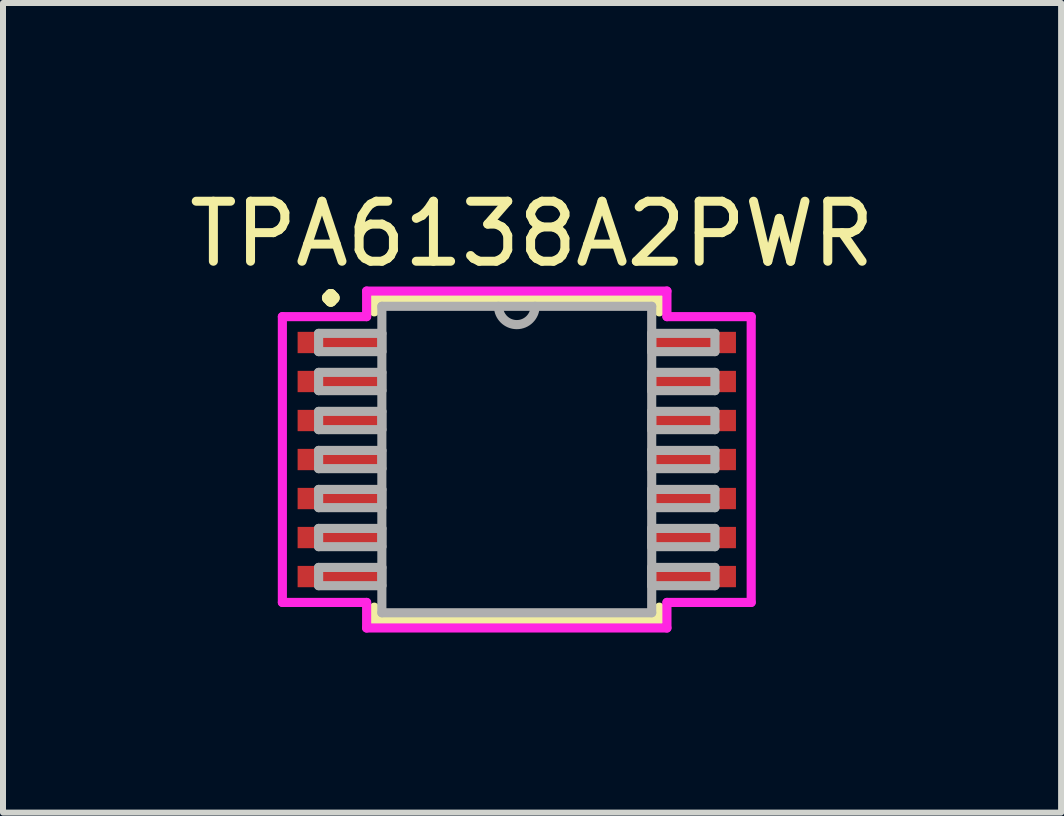
<source format=kicad_pcb>
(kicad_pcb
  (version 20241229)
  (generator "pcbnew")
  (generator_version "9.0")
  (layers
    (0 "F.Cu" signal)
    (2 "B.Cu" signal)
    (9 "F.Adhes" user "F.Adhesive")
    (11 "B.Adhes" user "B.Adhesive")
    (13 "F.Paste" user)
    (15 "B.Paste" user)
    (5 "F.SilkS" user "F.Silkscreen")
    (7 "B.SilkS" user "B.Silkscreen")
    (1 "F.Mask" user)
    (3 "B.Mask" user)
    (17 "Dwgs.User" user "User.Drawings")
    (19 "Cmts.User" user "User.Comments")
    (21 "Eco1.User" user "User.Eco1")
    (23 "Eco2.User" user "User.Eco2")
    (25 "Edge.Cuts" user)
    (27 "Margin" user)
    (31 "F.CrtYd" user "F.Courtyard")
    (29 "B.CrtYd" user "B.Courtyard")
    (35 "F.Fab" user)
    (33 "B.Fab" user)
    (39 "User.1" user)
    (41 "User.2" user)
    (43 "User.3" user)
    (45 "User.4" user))
  (footprint "TPA6138A2PWR"
    (layer "F.Cu")
    (at 5.561 4.607)
    (property "Reference" "TPA6138A2PWR" (at 0.254 -3.759 0) (layer "F.SilkS") (effects (font (size 1 1) (thickness 0.15))))
    (attr through_hole)
    (fp_line (start -2.375 -2.68) (end -2.375 -2.46) (stroke (width 0.152) (type solid)) (layer "F.SilkS"))
    (fp_line (start -2.375 2.46) (end -2.375 2.68) (stroke (width 0.152) (type solid)) (layer "F.SilkS"))
    (fp_line (start -2.375 2.68) (end 2.375 2.68) (stroke (width 0.152) (type solid)) (layer "F.SilkS"))
    (fp_line (start 2.375 -2.68) (end -2.375 -2.68) (stroke (width 0.152) (type solid)) (layer "F.SilkS"))
    (fp_line (start 2.375 -2.46) (end 2.375 -2.68) (stroke (width 0.152) (type solid)) (layer "F.SilkS"))
    (fp_line (start 2.375 2.68) (end 2.375 2.46) (stroke (width 0.152) (type solid)) (layer "F.SilkS"))
    (fp_line (start -3.906 -2.381) (end -2.502 -2.381) (stroke (width 0.152) (type solid)) (layer "F.CrtYd"))
    (fp_line (start -3.906 2.381) (end -3.906 -2.381) (stroke (width 0.152) (type solid)) (layer "F.CrtYd"))
    (fp_line (start -2.502 -2.807) (end 2.502 -2.807) (stroke (width 0.152) (type solid)) (layer "F.CrtYd"))
    (fp_line (start -2.502 -2.381) (end -2.502 -2.807) (stroke (width 0.152) (type solid)) (layer "F.CrtYd"))
    (fp_line (start -2.502 2.381) (end -3.906 2.381) (stroke (width 0.152) (type solid)) (layer "F.CrtYd"))
    (fp_line (start -2.502 2.807) (end -2.502 2.381) (stroke (width 0.152) (type solid)) (layer "F.CrtYd"))
    (fp_line (start 2.502 -2.807) (end 2.502 -2.381) (stroke (width 0.152) (type solid)) (layer "F.CrtYd"))
    (fp_line (start 2.502 -2.381) (end 3.906 -2.381) (stroke (width 0.152) (type solid)) (layer "F.CrtYd"))
    (fp_line (start 2.502 2.381) (end 2.502 2.807) (stroke (width 0.152) (type solid)) (layer "F.CrtYd"))
    (fp_line (start 2.502 2.807) (end -2.502 2.807) (stroke (width 0.152) (type solid)) (layer "F.CrtYd"))
    (fp_line (start 3.906 -2.381) (end 3.906 2.381) (stroke (width 0.152) (type solid)) (layer "F.CrtYd"))
    (fp_line (start 3.906 2.381) (end 2.502 2.381) (stroke (width 0.152) (type solid)) (layer "F.CrtYd"))
    (fp_line (start -3.302 -2.102) (end -3.302 -1.798) (stroke (width 0.152) (type solid)) (layer "F.Fab"))
    (fp_line (start -3.302 -1.798) (end -2.248 -1.798) (stroke (width 0.152) (type solid)) (layer "F.Fab"))
    (fp_line (start -3.302 -1.452) (end -3.302 -1.148) (stroke (width 0.152) (type solid)) (layer "F.Fab"))
    (fp_line (start -3.302 -1.148) (end -2.248 -1.148) (stroke (width 0.152) (type solid)) (layer "F.Fab"))
    (fp_line (start -3.302 -0.802) (end -3.302 -0.498) (stroke (width 0.152) (type solid)) (layer "F.Fab"))
    (fp_line (start -3.302 -0.498) (end -2.248 -0.498) (stroke (width 0.152) (type solid)) (layer "F.Fab"))
    (fp_line (start -3.302 -0.152) (end -3.302 0.152) (stroke (width 0.152) (type solid)) (layer "F.Fab"))
    (fp_line (start -3.302 0.152) (end -2.248 0.152) (stroke (width 0.152) (type solid)) (layer "F.Fab"))
    (fp_line (start -3.302 0.498) (end -3.302 0.802) (stroke (width 0.152) (type solid)) (layer "F.Fab"))
    (fp_line (start -3.302 0.802) (end -2.248 0.802) (stroke (width 0.152) (type solid)) (layer "F.Fab"))
    (fp_line (start -3.302 1.148) (end -3.302 1.452) (stroke (width 0.152) (type solid)) (layer "F.Fab"))
    (fp_line (start -3.302 1.452) (end -2.248 1.452) (stroke (width 0.152) (type solid)) (layer "F.Fab"))
    (fp_line (start -3.302 1.798) (end -3.302 2.102) (stroke (width 0.152) (type solid)) (layer "F.Fab"))
    (fp_line (start -3.302 2.102) (end -2.248 2.102) (stroke (width 0.152) (type solid)) (layer "F.Fab"))
    (fp_line (start -2.248 -2.553) (end -2.248 2.553) (stroke (width 0.152) (type solid)) (layer "F.Fab"))
    (fp_line (start -2.248 -2.102) (end -3.302 -2.102) (stroke (width 0.152) (type solid)) (layer "F.Fab"))
    (fp_line (start -2.248 -1.798) (end -2.248 -2.102) (stroke (width 0.152) (type solid)) (layer "F.Fab"))
    (fp_line (start -2.248 -1.452) (end -3.302 -1.452) (stroke (width 0.152) (type solid)) (layer "F.Fab"))
    (fp_line (start -2.248 -1.148) (end -2.248 -1.452) (stroke (width 0.152) (type solid)) (layer "F.Fab"))
    (fp_line (start -2.248 -0.802) (end -3.302 -0.802) (stroke (width 0.152) (type solid)) (layer "F.Fab"))
    (fp_line (start -2.248 -0.498) (end -2.248 -0.802) (stroke (width 0.152) (type solid)) (layer "F.Fab"))
    (fp_line (start -2.248 -0.152) (end -3.302 -0.152) (stroke (width 0.152) (type solid)) (layer "F.Fab"))
    (fp_line (start -2.248 0.152) (end -2.248 -0.152) (stroke (width 0.152) (type solid)) (layer "F.Fab"))
    (fp_line (start -2.248 0.498) (end -3.302 0.498) (stroke (width 0.152) (type solid)) (layer "F.Fab"))
    (fp_line (start -2.248 0.802) (end -2.248 0.498) (stroke (width 0.152) (type solid)) (layer "F.Fab"))
    (fp_line (start -2.248 1.148) (end -3.302 1.148) (stroke (width 0.152) (type solid)) (layer "F.Fab"))
    (fp_line (start -2.248 1.452) (end -2.248 1.148) (stroke (width 0.152) (type solid)) (layer "F.Fab"))
    (fp_line (start -2.248 1.798) (end -3.302 1.798) (stroke (width 0.152) (type solid)) (layer "F.Fab"))
    (fp_line (start -2.248 2.102) (end -2.248 1.798) (stroke (width 0.152) (type solid)) (layer "F.Fab"))
    (fp_line (start -2.248 2.553) (end 2.248 2.553) (stroke (width 0.152) (type solid)) (layer "F.Fab"))
    (fp_line (start 2.248 -2.553) (end -2.248 -2.553) (stroke (width 0.152) (type solid)) (layer "F.Fab"))
    (fp_line (start 2.248 -2.102) (end 2.248 -1.798) (stroke (width 0.152) (type solid)) (layer "F.Fab"))
    (fp_line (start 2.248 -1.798) (end 3.302 -1.798) (stroke (width 0.152) (type solid)) (layer "F.Fab"))
    (fp_line (start 2.248 -1.452) (end 2.248 -1.148) (stroke (width 0.152) (type solid)) (layer "F.Fab"))
    (fp_line (start 2.248 -1.148) (end 3.302 -1.148) (stroke (width 0.152) (type solid)) (layer "F.Fab"))
    (fp_line (start 2.248 -0.802) (end 2.248 -0.498) (stroke (width 0.152) (type solid)) (layer "F.Fab"))
    (fp_line (start 2.248 -0.498) (end 3.302 -0.498) (stroke (width 0.152) (type solid)) (layer "F.Fab"))
    (fp_line (start 2.248 -0.152) (end 2.248 0.152) (stroke (width 0.152) (type solid)) (layer "F.Fab"))
    (fp_line (start 2.248 0.152) (end 3.302 0.152) (stroke (width 0.152) (type solid)) (layer "F.Fab"))
    (fp_line (start 2.248 0.498) (end 2.248 0.802) (stroke (width 0.152) (type solid)) (layer "F.Fab"))
    (fp_line (start 2.248 0.802) (end 3.302 0.802) (stroke (width 0.152) (type solid)) (layer "F.Fab"))
    (fp_line (start 2.248 1.148) (end 2.248 1.452) (stroke (width 0.152) (type solid)) (layer "F.Fab"))
    (fp_line (start 2.248 1.452) (end 3.302 1.452) (stroke (width 0.152) (type solid)) (layer "F.Fab"))
    (fp_line (start 2.248 1.798) (end 2.248 2.102) (stroke (width 0.152) (type solid)) (layer "F.Fab"))
    (fp_line (start 2.248 2.102) (end 3.302 2.102) (stroke (width 0.152) (type solid)) (layer "F.Fab"))
    (fp_line (start 2.248 2.553) (end 2.248 -2.553) (stroke (width 0.152) (type solid)) (layer "F.Fab"))
    (fp_line (start 3.302 -2.102) (end 2.248 -2.102) (stroke (width 0.152) (type solid)) (layer "F.Fab"))
    (fp_line (start 3.302 -1.798) (end 3.302 -2.102) (stroke (width 0.152) (type solid)) (layer "F.Fab"))
    (fp_line (start 3.302 -1.452) (end 2.248 -1.452) (stroke (width 0.152) (type solid)) (layer "F.Fab"))
    (fp_line (start 3.302 -1.148) (end 3.302 -1.452) (stroke (width 0.152) (type solid)) (layer "F.Fab"))
    (fp_line (start 3.302 -0.802) (end 2.248 -0.802) (stroke (width 0.152) (type solid)) (layer "F.Fab"))
    (fp_line (start 3.302 -0.498) (end 3.302 -0.802) (stroke (width 0.152) (type solid)) (layer "F.Fab"))
    (fp_line (start 3.302 -0.152) (end 2.248 -0.152) (stroke (width 0.152) (type solid)) (layer "F.Fab"))
    (fp_line (start 3.302 0.152) (end 3.302 -0.152) (stroke (width 0.152) (type solid)) (layer "F.Fab"))
    (fp_line (start 3.302 0.498) (end 2.248 0.498) (stroke (width 0.152) (type solid)) (layer "F.Fab"))
    (fp_line (start 3.302 0.802) (end 3.302 0.498) (stroke (width 0.152) (type solid)) (layer "F.Fab"))
    (fp_line (start 3.302 1.148) (end 2.248 1.148) (stroke (width 0.152) (type solid)) (layer "F.Fab"))
    (fp_line (start 3.302 1.452) (end 3.302 1.148) (stroke (width 0.152) (type solid)) (layer "F.Fab"))
    (fp_line (start 3.302 1.798) (end 2.248 1.798) (stroke (width 0.152) (type solid)) (layer "F.Fab"))
    (fp_line (start 3.302 2.102) (end 3.302 1.798) (stroke (width 0.152) (type solid)) (layer "F.Fab"))
    (fp_arc (start 0.3048 -2.5527) (mid 0 -2.2479) (end -0.3048 -2.5527) (stroke (width 0.1524) (type solid)) (layer "F.Fab"))
    (fp_text user "." (at -3.099 -3.099 0) (layer "F.SilkS") (effects (font (size 1 1) (thickness 0.2))))
    (pad "1" smd rect (at -2.921 -1.95) (size 1.462 0.355) (layers "F.Cu" "F.Mask" "F.Paste"))
    (pad "2" smd rect (at -2.921 -1.3) (size 1.462 0.355) (layers "F.Cu" "F.Mask" "F.Paste"))
    (pad "3" smd rect (at -2.921 -0.65) (size 1.462 0.355) (layers "F.Cu" "F.Mask" "F.Paste"))
    (pad "4" smd rect (at -2.921 0) (size 1.462 0.355) (layers "F.Cu" "F.Mask" "F.Paste"))
    (pad "5" smd rect (at -2.921 0.65) (size 1.462 0.355) (layers "F.Cu" "F.Mask" "F.Paste"))
    (pad "6" smd rect (at -2.921 1.3) (size 1.462 0.355) (layers "F.Cu" "F.Mask" "F.Paste"))
    (pad "7" smd rect (at -2.921 1.95) (size 1.462 0.355) (layers "F.Cu" "F.Mask" "F.Paste"))
    (pad "8" smd rect (at 2.921 1.95) (size 1.462 0.355) (layers "F.Cu" "F.Mask" "F.Paste"))
    (pad "9" smd rect (at 2.921 1.3) (size 1.462 0.355) (layers "F.Cu" "F.Mask" "F.Paste"))
    (pad "10" smd rect (at 2.921 0.65) (size 1.462 0.355) (layers "F.Cu" "F.Mask" "F.Paste"))
    (pad "11" smd rect (at 2.921 0) (size 1.462 0.355) (layers "F.Cu" "F.Mask" "F.Paste"))
    (pad "12" smd rect (at 2.921 -0.65) (size 1.462 0.355) (layers "F.Cu" "F.Mask" "F.Paste"))
    (pad "13" smd rect (at 2.921 -1.3) (size 1.462 0.355) (layers "F.Cu" "F.Mask" "F.Paste"))
    (pad "14" smd rect (at 2.921 -1.95) (size 1.462 0.355) (layers "F.Cu" "F.Mask" "F.Paste")))
  (gr_rect
    (start -3 -3)
    (end 14.631 10.49)
    (stroke (width 0.1) (type default))
    (fill no)
    (layer "Edge.Cuts")))
</source>
